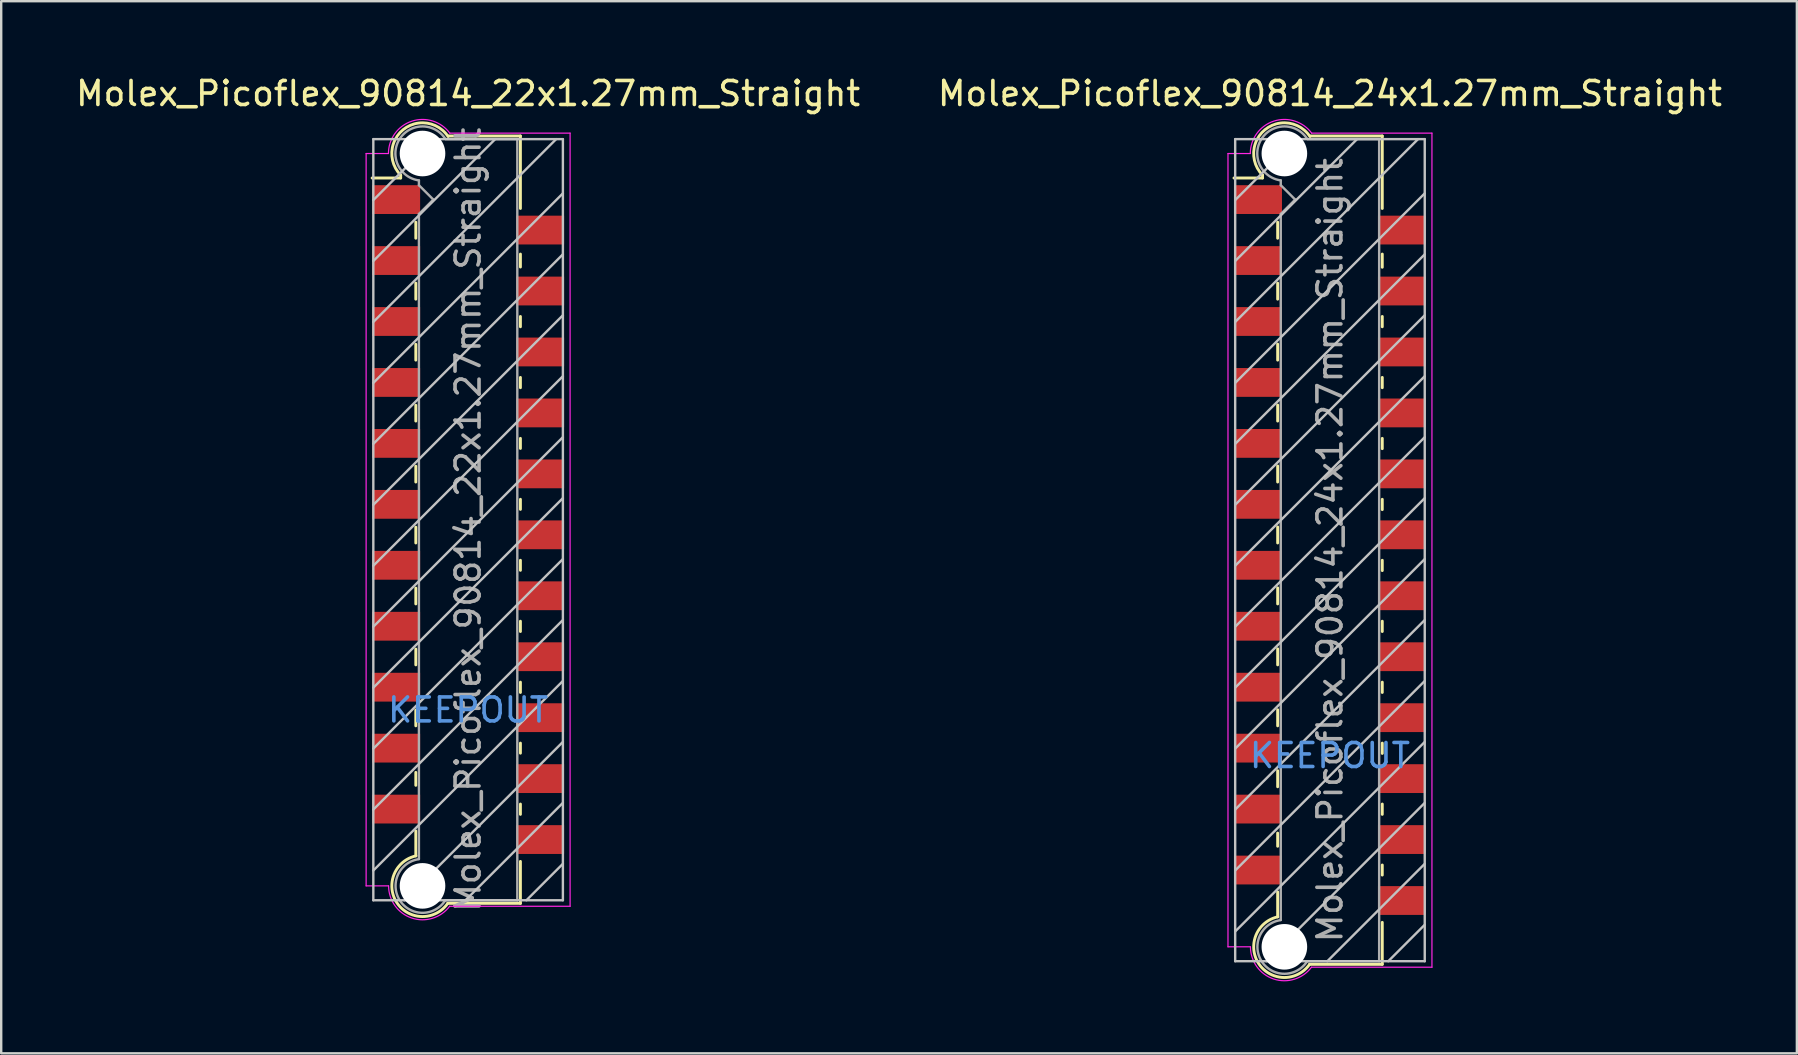
<source format=kicad_pcb>
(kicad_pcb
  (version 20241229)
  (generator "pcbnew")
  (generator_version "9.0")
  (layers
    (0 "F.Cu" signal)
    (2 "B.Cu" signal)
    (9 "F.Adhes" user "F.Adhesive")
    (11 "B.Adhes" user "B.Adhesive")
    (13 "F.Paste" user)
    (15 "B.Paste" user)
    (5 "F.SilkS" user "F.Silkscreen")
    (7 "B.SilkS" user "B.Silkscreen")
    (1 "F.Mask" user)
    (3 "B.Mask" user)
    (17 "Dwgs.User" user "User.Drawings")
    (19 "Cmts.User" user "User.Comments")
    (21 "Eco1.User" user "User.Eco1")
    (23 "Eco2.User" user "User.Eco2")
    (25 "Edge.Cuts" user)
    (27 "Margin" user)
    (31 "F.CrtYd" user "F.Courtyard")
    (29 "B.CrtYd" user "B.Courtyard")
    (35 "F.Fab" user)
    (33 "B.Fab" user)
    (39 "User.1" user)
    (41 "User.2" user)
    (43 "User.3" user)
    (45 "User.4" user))
  (footprint "Molex_Picoflex_90814_24x1.27mm_Straight"
    (layer "F.Cu")
    (at 52.375 19.878)
    (property "Reference" "Molex_Picoflex_90814_24x1.27mm_Straight" (at 0 -19.03 0) (layer "F.SilkS") (effects (font (size 1 1) (thickness 0.15))))
    (attr smd)
    (fp_line (start -2.81 -15.63) (end -2.81 -15.51) (stroke (width 0.12) (type solid)) (layer "F.SilkS"))
    (fp_line (start -2.81 -15.51) (end -4 -15.51) (stroke (width 0.12) (type solid)) (layer "F.SilkS"))
    (fp_line (start -2.18 -13) (end -2.18 -13.67) (stroke (width 0.12) (type solid)) (layer "F.SilkS"))
    (fp_line (start -2.18 -10.46) (end -2.18 -11.13) (stroke (width 0.12) (type solid)) (layer "F.SilkS"))
    (fp_line (start -2.18 -7.92) (end -2.18 -8.59) (stroke (width 0.12) (type solid)) (layer "F.SilkS"))
    (fp_line (start -2.18 -5.38) (end -2.18 -6.05) (stroke (width 0.12) (type solid)) (layer "F.SilkS"))
    (fp_line (start -2.18 -2.84) (end -2.18 -3.51) (stroke (width 0.12) (type solid)) (layer "F.SilkS"))
    (fp_line (start -2.18 -0.3) (end -2.18 -0.97) (stroke (width 0.12) (type solid)) (layer "F.SilkS"))
    (fp_line (start -2.18 2.24) (end -2.18 1.57) (stroke (width 0.12) (type solid)) (layer "F.SilkS"))
    (fp_line (start -2.18 4.78) (end -2.18 4.11) (stroke (width 0.12) (type solid)) (layer "F.SilkS"))
    (fp_line (start -2.18 7.32) (end -2.18 6.65) (stroke (width 0.12) (type solid)) (layer "F.SilkS"))
    (fp_line (start -2.18 9.86) (end -2.18 9.19) (stroke (width 0.12) (type solid)) (layer "F.SilkS"))
    (fp_line (start -2.18 12.34) (end -2.18 11.79) (stroke (width 0.12) (type solid)) (layer "F.SilkS"))
    (fp_line (start -2.18 15.28) (end -2.18 14.24) (stroke (width 0.12) (type solid)) (layer "F.SilkS"))
    (fp_line (start 2.18 -17.26) (end -0.82 -17.26) (stroke (width 0.12) (type solid)) (layer "F.SilkS"))
    (fp_line (start 2.18 -17.26) (end 2.18 -14.24) (stroke (width 0.12) (type solid)) (layer "F.SilkS"))
    (fp_line (start 2.18 -12.34) (end 2.18 -11.79) (stroke (width 0.12) (type solid)) (layer "F.SilkS"))
    (fp_line (start 2.18 -9.74) (end 2.18 -9.31) (stroke (width 0.12) (type solid)) (layer "F.SilkS"))
    (fp_line (start 2.18 -7.2) (end 2.18 -6.77) (stroke (width 0.12) (type solid)) (layer "F.SilkS"))
    (fp_line (start 2.18 -4.66) (end 2.18 -4.23) (stroke (width 0.12) (type solid)) (layer "F.SilkS"))
    (fp_line (start 2.18 -2.12) (end 2.18 -1.69) (stroke (width 0.12) (type solid)) (layer "F.SilkS"))
    (fp_line (start 2.18 0.42) (end 2.18 0.85) (stroke (width 0.12) (type solid)) (layer "F.SilkS"))
    (fp_line (start 2.18 2.96) (end 2.18 3.39) (stroke (width 0.12) (type solid)) (layer "F.SilkS"))
    (fp_line (start 2.18 5.5) (end 2.18 5.93) (stroke (width 0.12) (type solid)) (layer "F.SilkS"))
    (fp_line (start 2.18 8.04) (end 2.18 8.47) (stroke (width 0.12) (type solid)) (layer "F.SilkS"))
    (fp_line (start 2.18 10.58) (end 2.18 11.01) (stroke (width 0.12) (type solid)) (layer "F.SilkS"))
    (fp_line (start 2.18 13.12) (end 2.18 13.54) (stroke (width 0.12) (type solid)) (layer "F.SilkS"))
    (fp_line (start 2.18 15.51) (end 2.18 17.26) (stroke (width 0.12) (type solid)) (layer "F.SilkS"))
    (fp_line (start 2.18 17.26) (end -0.85 17.26) (stroke (width 0.12) (type solid)) (layer "F.SilkS"))
    (fp_arc (start -2.81 -15.63) (mid -2.708637 -17.522072) (end -0.834991 -17.239828) (stroke (width 0.12) (type solid)) (layer "F.SilkS"))
    (fp_arc (start -0.85 17.26) (mid -2.962791 17.241248) (end -2.174424 15.280964) (stroke (width 0.12) (type solid)) (layer "F.SilkS"))
    (fp_line (start -3.95 -17.13) (end -3.95 17.13) (stroke (width 0.1) (type solid)) (layer "Dwgs.User"))
    (fp_line (start -3.95 -14.59) (end -1.41 -17.13) (stroke (width 0.1) (type solid)) (layer "Dwgs.User"))
    (fp_line (start -3.95 -12.05) (end 1.13 -17.13) (stroke (width 0.1) (type solid)) (layer "Dwgs.User"))
    (fp_line (start -3.95 -9.51) (end 3.67 -17.13) (stroke (width 0.1) (type solid)) (layer "Dwgs.User"))
    (fp_line (start -3.95 -6.97) (end 3.95 -14.87) (stroke (width 0.1) (type solid)) (layer "Dwgs.User"))
    (fp_line (start -3.95 -4.43) (end 3.95 -12.33) (stroke (width 0.1) (type solid)) (layer "Dwgs.User"))
    (fp_line (start -3.95 -1.89) (end 3.95 -9.79) (stroke (width 0.1) (type solid)) (layer "Dwgs.User"))
    (fp_line (start -3.95 0.65) (end 3.95 -7.25) (stroke (width 0.1) (type solid)) (layer "Dwgs.User"))
    (fp_line (start -3.95 3.19) (end 3.95 -4.71) (stroke (width 0.1) (type solid)) (layer "Dwgs.User"))
    (fp_line (start -3.95 5.73) (end 3.95 -2.17) (stroke (width 0.1) (type solid)) (layer "Dwgs.User"))
    (fp_line (start -3.95 8.27) (end 3.95 0.37) (stroke (width 0.1) (type solid)) (layer "Dwgs.User"))
    (fp_line (start -3.95 10.81) (end 3.95 2.91) (stroke (width 0.1) (type solid)) (layer "Dwgs.User"))
    (fp_line (start -3.95 13.35) (end 3.95 5.45) (stroke (width 0.1) (type solid)) (layer "Dwgs.User"))
    (fp_line (start -3.95 15.89) (end 3.95 7.99) (stroke (width 0.1) (type solid)) (layer "Dwgs.User"))
    (fp_line (start -3.95 17.13) (end 3.95 17.13) (stroke (width 0.1) (type solid)) (layer "Dwgs.User"))
    (fp_line (start -2.65 17.13) (end 3.95 10.53) (stroke (width 0.1) (type solid)) (layer "Dwgs.User"))
    (fp_line (start -0.11 17.13) (end 3.95 13.07) (stroke (width 0.1) (type solid)) (layer "Dwgs.User"))
    (fp_line (start 2.43 17.13) (end 3.95 15.61) (stroke (width 0.1) (type solid)) (layer "Dwgs.User"))
    (fp_line (start 3.95 -17.13) (end -3.95 -17.13) (stroke (width 0.1) (type solid)) (layer "Dwgs.User"))
    (fp_line (start 3.95 17.13) (end 3.95 -17.13) (stroke (width 0.1) (type solid)) (layer "Dwgs.User"))
    (fp_line (start -4.25 16.53) (end -4.25 -16.53) (stroke (width 0.05) (type solid)) (layer "F.CrtYd"))
    (fp_line (start -3.32 -16.53) (end -4.25 -16.53) (stroke (width 0.05) (type solid)) (layer "F.CrtYd"))
    (fp_line (start -3.32 16.53) (end -4.25 16.53) (stroke (width 0.05) (type solid)) (layer "F.CrtYd"))
    (fp_line (start 4.25 -17.38) (end -0.76 -17.38) (stroke (width 0.05) (type solid)) (layer "F.CrtYd"))
    (fp_line (start 4.25 -17.38) (end 4.25 17.38) (stroke (width 0.05) (type solid)) (layer "F.CrtYd"))
    (fp_line (start 4.25 17.38) (end -0.77 17.38) (stroke (width 0.05) (type solid)) (layer "F.CrtYd"))
    (fp_arc (start -3.32 -16.53) (mid -2.344692 -17.878573) (end -0.758523 -17.374648) (stroke (width 0.05) (type solid)) (layer "F.CrtYd"))
    (fp_arc (start -0.77 17.38) (mid -2.348691 17.870924) (end -3.314001 16.528743) (stroke (width 0.05) (type solid)) (layer "F.CrtYd"))
    (fp_line (start -2.05 -15.21) (end -2.05 -15.41) (stroke (width 0.1) (type solid)) (layer "F.Fab"))
    (fp_line (start -2.05 -14.01) (end -1.45 -14.61) (stroke (width 0.1) (type solid)) (layer "F.Fab"))
    (fp_line (start -2.05 15.41) (end -2.05 -14.01) (stroke (width 0.1) (type solid)) (layer "F.Fab"))
    (fp_line (start -1.45 -14.61) (end -2.05 -15.21) (stroke (width 0.1) (type solid)) (layer "F.Fab"))
    (fp_line (start 2.05 -17.13) (end -0.93 -17.13) (stroke (width 0.1) (type solid)) (layer "F.Fab"))
    (fp_line (start 2.05 -17.13) (end 2.05 17.13) (stroke (width 0.1) (type solid)) (layer "F.Fab"))
    (fp_line (start 2.05 17.13) (end -0.95 17.13) (stroke (width 0.1) (type solid)) (layer "F.Fab"))
    (fp_arc (start -2.05 -15.41) (mid -2.851672 -17.139279) (end -0.945612 -17.135015) (stroke (width 0.1) (type solid)) (layer "F.Fab"))
    (fp_arc (start -0.95 17.13) (mid -2.845272 17.137422) (end -2.051022 15.416585) (stroke (width 0.1) (type solid)) (layer "F.Fab"))
    (fp_text user "KEEPOUT" (at 0 8.56 0) (layer "Cmts.User") (effects (font (size 1 1) (thickness 0.15))))
    (fp_text user "${REFERENCE}" (at 0 0 90) (layer "F.Fab") (effects (font (size 1 1) (thickness 0.15))))
    (pad "" np_thru_hole circle (at -1.9 -16.53) (size 1.9 1.9) (drill 1.9) (layers "*.Cu"))
    (pad "" np_thru_hole circle (at -1.9 16.53) (size 1.9 1.9) (drill 1.9) (layers "*.Cu"))
    (pad "1" smd rect (at -3 -14.61) (size 2 1.2) (layers "F.Cu" "F.Mask" "F.Paste"))
    (pad "2" smd rect (at 3 -13.34) (size 2 1.2) (layers "F.Cu" "F.Mask" "F.Paste"))
    (pad "3" smd rect (at -3 -12.07) (size 2 1.2) (layers "F.Cu" "F.Mask" "F.Paste"))
    (pad "4" smd rect (at 3 -10.8) (size 2 1.2) (layers "F.Cu" "F.Mask" "F.Paste"))
    (pad "5" smd rect (at -3 -9.53) (size 2 1.2) (layers "F.Cu" "F.Mask" "F.Paste"))
    (pad "6" smd rect (at 3 -8.26) (size 2 1.2) (layers "F.Cu" "F.Mask" "F.Paste"))
    (pad "7" smd rect (at -3 -6.99) (size 2 1.2) (layers "F.Cu" "F.Mask" "F.Paste"))
    (pad "8" smd rect (at 3 -5.72) (size 2 1.2) (layers "F.Cu" "F.Mask" "F.Paste"))
    (pad "9" smd rect (at -3 -4.45) (size 2 1.2) (layers "F.Cu" "F.Mask" "F.Paste"))
    (pad "10" smd rect (at 3 -3.18) (size 2 1.2) (layers "F.Cu" "F.Mask" "F.Paste"))
    (pad "11" smd rect (at -3 -1.91) (size 2 1.2) (layers "F.Cu" "F.Mask" "F.Paste"))
    (pad "12" smd rect (at 3 -0.64) (size 2 1.2) (layers "F.Cu" "F.Mask" "F.Paste"))
    (pad "13" smd rect (at -3 0.63) (size 2 1.2) (layers "F.Cu" "F.Mask" "F.Paste"))
    (pad "14" smd rect (at 3 1.9) (size 2 1.2) (layers "F.Cu" "F.Mask" "F.Paste"))
    (pad "15" smd rect (at -3 3.17) (size 2 1.2) (layers "F.Cu" "F.Mask" "F.Paste"))
    (pad "16" smd rect (at 3 4.44) (size 2 1.2) (layers "F.Cu" "F.Mask" "F.Paste"))
    (pad "17" smd rect (at -3 5.71) (size 2 1.2) (layers "F.Cu" "F.Mask" "F.Paste"))
    (pad "18" smd rect (at 3 6.98) (size 2 1.2) (layers "F.Cu" "F.Mask" "F.Paste"))
    (pad "19" smd rect (at -3 8.25) (size 2 1.2) (layers "F.Cu" "F.Mask" "F.Paste"))
    (pad "20" smd rect (at 3 9.52) (size 2 1.2) (layers "F.Cu" "F.Mask" "F.Paste"))
    (pad "21" smd rect (at -3 10.79) (size 2 1.2) (layers "F.Cu" "F.Mask" "F.Paste"))
    (pad "22" smd rect (at 3 12.06) (size 2 1.2) (layers "F.Cu" "F.Mask" "F.Paste"))
    (pad "23" smd rect (at -3 13.33) (size 2 1.2) (layers "F.Cu" "F.Mask" "F.Paste"))
    (pad "24" smd rect (at 3 14.6) (size 2 1.2) (layers "F.Cu" "F.Mask" "F.Paste")))
  (footprint "Molex_Picoflex_90814_22x1.27mm_Straight"
    (layer "F.Cu")
    (at 16.458 18.608)
    (property "Reference" "Molex_Picoflex_90814_22x1.27mm_Straight" (at 0 -17.76 0) (layer "F.SilkS") (effects (font (size 1 1) (thickness 0.15))))
    (attr smd)
    (fp_line (start -2.81 -14.36) (end -2.81 -14.24) (stroke (width 0.12) (type solid)) (layer "F.SilkS"))
    (fp_line (start -2.81 -14.24) (end -4 -14.24) (stroke (width 0.12) (type solid)) (layer "F.SilkS"))
    (fp_line (start -2.18 -11.73) (end -2.18 -12.4) (stroke (width 0.12) (type solid)) (layer "F.SilkS"))
    (fp_line (start -2.18 -9.19) (end -2.18 -9.86) (stroke (width 0.12) (type solid)) (layer "F.SilkS"))
    (fp_line (start -2.18 -6.65) (end -2.18 -7.31) (stroke (width 0.12) (type solid)) (layer "F.SilkS"))
    (fp_line (start -2.18 -4.11) (end -2.18 -4.77) (stroke (width 0.12) (type solid)) (layer "F.SilkS"))
    (fp_line (start -2.18 -1.57) (end -2.18 -2.23) (stroke (width 0.12) (type solid)) (layer "F.SilkS"))
    (fp_line (start -2.18 0.97) (end -2.18 0.31) (stroke (width 0.12) (type solid)) (layer "F.SilkS"))
    (fp_line (start -2.18 3.51) (end -2.18 2.85) (stroke (width 0.12) (type solid)) (layer "F.SilkS"))
    (fp_line (start -2.18 6.05) (end -2.18 5.39) (stroke (width 0.12) (type solid)) (layer "F.SilkS"))
    (fp_line (start -2.18 8.59) (end -2.18 7.93) (stroke (width 0.12) (type solid)) (layer "F.SilkS"))
    (fp_line (start -2.18 11.07) (end -2.18 10.53) (stroke (width 0.12) (type solid)) (layer "F.SilkS"))
    (fp_line (start -2.18 14.01) (end -2.18 12.97) (stroke (width 0.12) (type solid)) (layer "F.SilkS"))
    (fp_line (start 2.18 -15.99) (end -0.82 -15.99) (stroke (width 0.12) (type solid)) (layer "F.SilkS"))
    (fp_line (start 2.18 -15.99) (end 2.18 -12.97) (stroke (width 0.12) (type solid)) (layer "F.SilkS"))
    (fp_line (start 2.18 -11.07) (end 2.18 -10.53) (stroke (width 0.12) (type solid)) (layer "F.SilkS"))
    (fp_line (start 2.18 -8.47) (end 2.18 -8.04) (stroke (width 0.12) (type solid)) (layer "F.SilkS"))
    (fp_line (start 2.18 -5.93) (end 2.18 -5.5) (stroke (width 0.12) (type solid)) (layer "F.SilkS"))
    (fp_line (start 2.18 -3.39) (end 2.18 -2.97) (stroke (width 0.12) (type solid)) (layer "F.SilkS"))
    (fp_line (start 2.18 -0.85) (end 2.18 -0.43) (stroke (width 0.12) (type solid)) (layer "F.SilkS"))
    (fp_line (start 2.18 1.69) (end 2.18 2.11) (stroke (width 0.12) (type solid)) (layer "F.SilkS"))
    (fp_line (start 2.18 4.23) (end 2.18 4.66) (stroke (width 0.12) (type solid)) (layer "F.SilkS"))
    (fp_line (start 2.18 6.77) (end 2.18 7.2) (stroke (width 0.12) (type solid)) (layer "F.SilkS"))
    (fp_line (start 2.18 9.31) (end 2.18 9.73) (stroke (width 0.12) (type solid)) (layer "F.SilkS"))
    (fp_line (start 2.18 11.85) (end 2.18 12.28) (stroke (width 0.12) (type solid)) (layer "F.SilkS"))
    (fp_line (start 2.18 14.24) (end 2.18 15.99) (stroke (width 0.12) (type solid)) (layer "F.SilkS"))
    (fp_line (start 2.18 15.99) (end -0.85 15.99) (stroke (width 0.12) (type solid)) (layer "F.SilkS"))
    (fp_arc (start -2.81 -14.36) (mid -2.708637 -16.252072) (end -0.834991 -15.969828) (stroke (width 0.12) (type solid)) (layer "F.SilkS"))
    (fp_arc (start -0.85 15.99) (mid -2.962791 15.971248) (end -2.174424 14.010964) (stroke (width 0.12) (type solid)) (layer "F.SilkS"))
    (fp_line (start -3.95 -15.86) (end -3.95 15.86) (stroke (width 0.1) (type solid)) (layer "Dwgs.User"))
    (fp_line (start -3.95 -13.32) (end -1.41 -15.86) (stroke (width 0.1) (type solid)) (layer "Dwgs.User"))
    (fp_line (start -3.95 -10.78) (end 1.13 -15.86) (stroke (width 0.1) (type solid)) (layer "Dwgs.User"))
    (fp_line (start -3.95 -8.24) (end 3.67 -15.86) (stroke (width 0.1) (type solid)) (layer "Dwgs.User"))
    (fp_line (start -3.95 -5.7) (end 3.95 -13.6) (stroke (width 0.1) (type solid)) (layer "Dwgs.User"))
    (fp_line (start -3.95 -3.16) (end 3.95 -11.06) (stroke (width 0.1) (type solid)) (layer "Dwgs.User"))
    (fp_line (start -3.95 -0.62) (end 3.95 -8.52) (stroke (width 0.1) (type solid)) (layer "Dwgs.User"))
    (fp_line (start -3.95 1.92) (end 3.95 -5.98) (stroke (width 0.1) (type solid)) (layer "Dwgs.User"))
    (fp_line (start -3.95 4.46) (end 3.95 -3.44) (stroke (width 0.1) (type solid)) (layer "Dwgs.User"))
    (fp_line (start -3.95 7) (end 3.95 -0.9) (stroke (width 0.1) (type solid)) (layer "Dwgs.User"))
    (fp_line (start -3.95 9.54) (end 3.95 1.64) (stroke (width 0.1) (type solid)) (layer "Dwgs.User"))
    (fp_line (start -3.95 12.08) (end 3.95 4.18) (stroke (width 0.1) (type solid)) (layer "Dwgs.User"))
    (fp_line (start -3.95 14.62) (end 3.95 6.72) (stroke (width 0.1) (type solid)) (layer "Dwgs.User"))
    (fp_line (start -3.95 15.86) (end 3.95 15.86) (stroke (width 0.1) (type solid)) (layer "Dwgs.User"))
    (fp_line (start -2.65 15.86) (end 3.95 9.26) (stroke (width 0.1) (type solid)) (layer "Dwgs.User"))
    (fp_line (start -0.11 15.86) (end 3.95 11.8) (stroke (width 0.1) (type solid)) (layer "Dwgs.User"))
    (fp_line (start 2.43 15.86) (end 3.95 14.34) (stroke (width 0.1) (type solid)) (layer "Dwgs.User"))
    (fp_line (start 3.95 -15.86) (end -3.95 -15.86) (stroke (width 0.1) (type solid)) (layer "Dwgs.User"))
    (fp_line (start 3.95 15.86) (end 3.95 -15.86) (stroke (width 0.1) (type solid)) (layer "Dwgs.User"))
    (fp_line (start -4.25 15.26) (end -4.25 -15.26) (stroke (width 0.05) (type solid)) (layer "F.CrtYd"))
    (fp_line (start -3.32 -15.26) (end -4.25 -15.26) (stroke (width 0.05) (type solid)) (layer "F.CrtYd"))
    (fp_line (start -3.32 15.26) (end -4.25 15.26) (stroke (width 0.05) (type solid)) (layer "F.CrtYd"))
    (fp_line (start 4.25 -16.11) (end -0.76 -16.11) (stroke (width 0.05) (type solid)) (layer "F.CrtYd"))
    (fp_line (start 4.25 -16.11) (end 4.25 16.11) (stroke (width 0.05) (type solid)) (layer "F.CrtYd"))
    (fp_line (start 4.25 16.11) (end -0.77 16.11) (stroke (width 0.05) (type solid)) (layer "F.CrtYd"))
    (fp_arc (start -3.32 -15.26) (mid -2.344692 -16.608573) (end -0.758523 -16.104648) (stroke (width 0.05) (type solid)) (layer "F.CrtYd"))
    (fp_arc (start -0.77 16.11) (mid -2.348691 16.600924) (end -3.314001 15.258743) (stroke (width 0.05) (type solid)) (layer "F.CrtYd"))
    (fp_line (start -2.05 -13.94) (end -2.05 -14.14) (stroke (width 0.1) (type solid)) (layer "F.Fab"))
    (fp_line (start -2.05 -12.74) (end -1.45 -13.34) (stroke (width 0.1) (type solid)) (layer "F.Fab"))
    (fp_line (start -2.05 14.14) (end -2.05 -12.74) (stroke (width 0.1) (type solid)) (layer "F.Fab"))
    (fp_line (start -1.45 -13.34) (end -2.05 -13.94) (stroke (width 0.1) (type solid)) (layer "F.Fab"))
    (fp_line (start 2.05 -15.86) (end -0.93 -15.86) (stroke (width 0.1) (type solid)) (layer "F.Fab"))
    (fp_line (start 2.05 -15.86) (end 2.05 15.86) (stroke (width 0.1) (type solid)) (layer "F.Fab"))
    (fp_line (start 2.05 15.86) (end -0.95 15.86) (stroke (width 0.1) (type solid)) (layer "F.Fab"))
    (fp_arc (start -2.05 -14.14) (mid -2.851672 -15.869279) (end -0.945612 -15.865015) (stroke (width 0.1) (type solid)) (layer "F.Fab"))
    (fp_arc (start -0.95 15.86) (mid -2.845272 15.867422) (end -2.051022 14.146585) (stroke (width 0.1) (type solid)) (layer "F.Fab"))
    (fp_text user "KEEPOUT" (at 0 7.93 0) (layer "Cmts.User") (effects (font (size 1 1) (thickness 0.15))))
    (fp_text user "${REFERENCE}" (at 0 0 90) (layer "F.Fab") (effects (font (size 1 1) (thickness 0.15))))
    (pad "" np_thru_hole circle (at -1.9 -15.26) (size 1.9 1.9) (drill 1.9) (layers "*.Cu"))
    (pad "" np_thru_hole circle (at -1.9 15.26) (size 1.9 1.9) (drill 1.9) (layers "*.Cu"))
    (pad "1" smd rect (at -3 -13.34) (size 2 1.2) (layers "F.Cu" "F.Mask" "F.Paste"))
    (pad "2" smd rect (at 3 -12.07) (size 2 1.2) (layers "F.Cu" "F.Mask" "F.Paste"))
    (pad "3" smd rect (at -3 -10.8) (size 2 1.2) (layers "F.Cu" "F.Mask" "F.Paste"))
    (pad "4" smd rect (at 3 -9.53) (size 2 1.2) (layers "F.Cu" "F.Mask" "F.Paste"))
    (pad "5" smd rect (at -3 -8.26) (size 2 1.2) (layers "F.Cu" "F.Mask" "F.Paste"))
    (pad "6" smd rect (at 3 -6.99) (size 2 1.2) (layers "F.Cu" "F.Mask" "F.Paste"))
    (pad "7" smd rect (at -3 -5.72) (size 2 1.2) (layers "F.Cu" "F.Mask" "F.Paste"))
    (pad "8" smd rect (at 3 -4.45) (size 2 1.2) (layers "F.Cu" "F.Mask" "F.Paste"))
    (pad "9" smd rect (at -3 -3.18) (size 2 1.2) (layers "F.Cu" "F.Mask" "F.Paste"))
    (pad "10" smd rect (at 3 -1.91) (size 2 1.2) (layers "F.Cu" "F.Mask" "F.Paste"))
    (pad "11" smd rect (at -3 -0.64) (size 2 1.2) (layers "F.Cu" "F.Mask" "F.Paste"))
    (pad "12" smd rect (at 3 0.63) (size 2 1.2) (layers "F.Cu" "F.Mask" "F.Paste"))
    (pad "13" smd rect (at -3 1.9) (size 2 1.2) (layers "F.Cu" "F.Mask" "F.Paste"))
    (pad "14" smd rect (at 3 3.17) (size 2 1.2) (layers "F.Cu" "F.Mask" "F.Paste"))
    (pad "15" smd rect (at -3 4.44) (size 2 1.2) (layers "F.Cu" "F.Mask" "F.Paste"))
    (pad "16" smd rect (at 3 5.71) (size 2 1.2) (layers "F.Cu" "F.Mask" "F.Paste"))
    (pad "17" smd rect (at -3 6.98) (size 2 1.2) (layers "F.Cu" "F.Mask" "F.Paste"))
    (pad "18" smd rect (at 3 8.25) (size 2 1.2) (layers "F.Cu" "F.Mask" "F.Paste"))
    (pad "19" smd rect (at -3 9.52) (size 2 1.2) (layers "F.Cu" "F.Mask" "F.Paste"))
    (pad "20" smd rect (at 3 10.79) (size 2 1.2) (layers "F.Cu" "F.Mask" "F.Paste"))
    (pad "21" smd rect (at -3 12.06) (size 2 1.2) (layers "F.Cu" "F.Mask" "F.Paste"))
    (pad "22" smd rect (at 3 13.33) (size 2 1.2) (layers "F.Cu" "F.Mask" "F.Paste")))
  (gr_rect
    (start -3 -3)
    (end 71.833 40.847)
    (stroke (width 0.1) (type default))
    (fill no)
    (layer "Edge.Cuts")))
</source>
